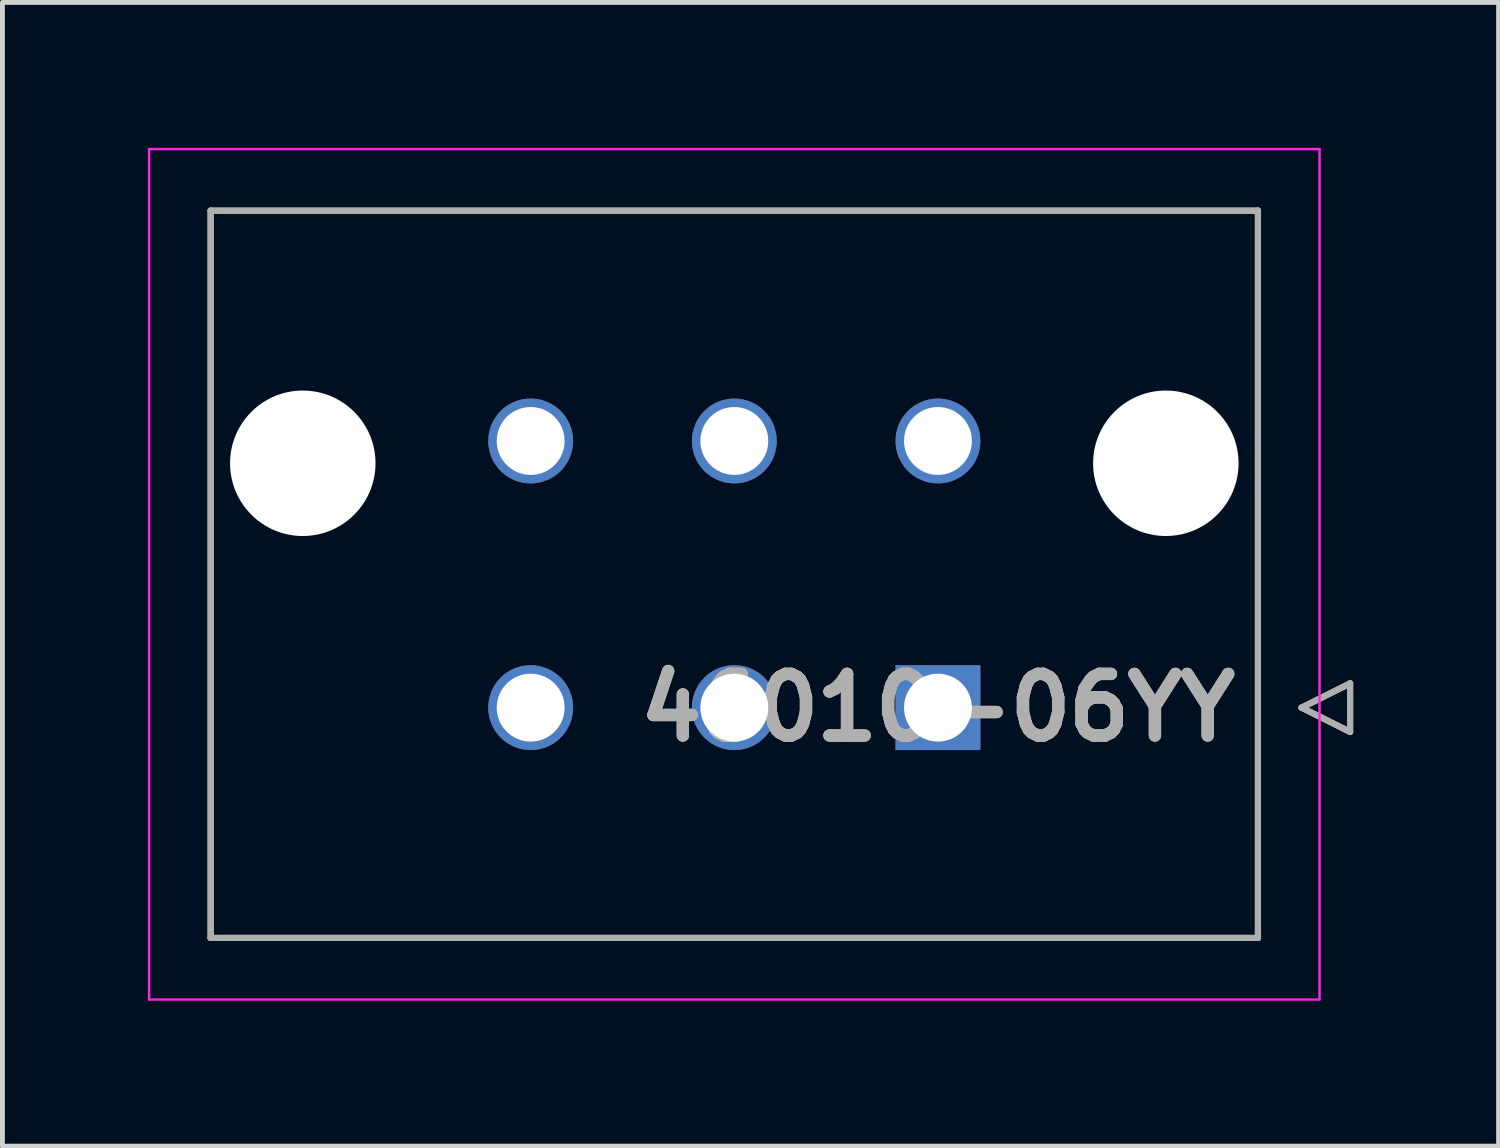
<source format=kicad_pcb>
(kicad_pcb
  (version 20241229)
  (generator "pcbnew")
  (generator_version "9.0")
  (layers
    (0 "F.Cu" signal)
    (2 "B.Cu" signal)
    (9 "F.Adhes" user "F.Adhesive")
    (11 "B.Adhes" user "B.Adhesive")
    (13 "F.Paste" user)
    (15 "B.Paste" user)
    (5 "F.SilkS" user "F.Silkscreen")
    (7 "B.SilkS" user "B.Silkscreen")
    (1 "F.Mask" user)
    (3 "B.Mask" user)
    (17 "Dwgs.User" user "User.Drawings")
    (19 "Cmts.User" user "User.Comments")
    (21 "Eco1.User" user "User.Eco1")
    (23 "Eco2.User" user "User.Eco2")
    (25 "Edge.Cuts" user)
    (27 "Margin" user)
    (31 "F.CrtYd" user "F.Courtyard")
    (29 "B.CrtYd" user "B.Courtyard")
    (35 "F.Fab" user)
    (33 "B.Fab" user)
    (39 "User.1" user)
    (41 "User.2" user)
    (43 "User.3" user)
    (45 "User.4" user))
  (footprint "46010-06YY"
    (layer "F.Cu")
    (at 16.295 11.545)
    (property "Reference" "46010-06YY" (at 0 0 0) (layer "F.SilkS") (effects (font (size 1.27 1.27) (thickness 0.254))))
    (attr through_hole)
    (fp_line (start -15 -10.25) (end 6.6 -10.25) (stroke (width 0.127) (type solid)) (layer "F.SilkS"))
    (fp_line (start -15 4.75) (end -15 -10.25) (stroke (width 0.127) (type solid)) (layer "F.SilkS"))
    (fp_line (start 6.6 -10.25) (end 6.6 4.75) (stroke (width 0.127) (type solid)) (layer "F.SilkS"))
    (fp_line (start 6.6 4.75) (end -15 4.75) (stroke (width 0.127) (type solid)) (layer "F.SilkS"))
    (fp_line (start 7.5 0) (end 8.5 -0.5) (stroke (width 0.127) (type solid)) (layer "F.SilkS"))
    (fp_line (start 8.5 -0.5) (end 8.5 0.5) (stroke (width 0.127) (type solid)) (layer "F.SilkS"))
    (fp_line (start 8.5 0.5) (end 7.5 0) (stroke (width 0.127) (type solid)) (layer "F.SilkS"))
    (fp_line (start -16.27 -11.52) (end 7.87 -11.52) (stroke (width 0.05) (type solid)) (layer "F.CrtYd"))
    (fp_line (start -16.27 6.02) (end -16.27 -11.52) (stroke (width 0.05) (type solid)) (layer "F.CrtYd"))
    (fp_line (start 7.87 -11.52) (end 7.87 6.02) (stroke (width 0.05) (type solid)) (layer "F.CrtYd"))
    (fp_line (start 7.87 6.02) (end -16.27 6.02) (stroke (width 0.05) (type solid)) (layer "F.CrtYd"))
    (fp_line (start -15 -10.25) (end 6.6 -10.25) (stroke (width 0.127) (type solid)) (layer "F.Fab"))
    (fp_line (start -15 4.75) (end -15 -10.25) (stroke (width 0.127) (type solid)) (layer "F.Fab"))
    (fp_line (start 6.6 -10.25) (end 6.6 4.75) (stroke (width 0.127) (type solid)) (layer "F.Fab"))
    (fp_line (start 6.6 4.75) (end -15 4.75) (stroke (width 0.127) (type solid)) (layer "F.Fab"))
    (fp_line (start 7.5 0) (end 8.5 -0.5) (stroke (width 0.127) (type solid)) (layer "F.Fab"))
    (fp_line (start 8.5 -0.5) (end 8.5 0.5) (stroke (width 0.127) (type solid)) (layer "F.Fab"))
    (fp_line (start 8.5 0.5) (end 7.5 0) (stroke (width 0.127) (type solid)) (layer "F.Fab"))
    (fp_text user "${REFERENCE}" (at 0 0 0) (layer "F.Fab") (effects (font (size 1.27 1.27) (thickness 0.254))))
    (pad "" np_thru_hole circle (at -13.1 -5.04) (size 3 3) (drill 3) (layers "*.Cu" "*.Mask"))
    (pad "" np_thru_hole circle (at 4.7 -5.04) (size 3 3) (drill 3) (layers "*.Cu" "*.Mask"))
    (pad "1" thru_hole rect (at 0 0) (size 1.75 1.75) (drill 1.4) (layers "*.Cu" "*.Mask"))
    (pad "2" thru_hole circle (at -4.2 0) (size 1.75 1.75) (drill 1.4) (layers "*.Cu" "*.Mask"))
    (pad "3" thru_hole circle (at -8.4 0) (size 1.75 1.75) (drill 1.4) (layers "*.Cu" "*.Mask"))
    (pad "4" thru_hole circle (at 0 -5.5) (size 1.75 1.75) (drill 1.4) (layers "*.Cu" "*.Mask"))
    (pad "5" thru_hole circle (at -4.2 -5.5) (size 1.75 1.75) (drill 1.4) (layers "*.Cu" "*.Mask"))
    (pad "6" thru_hole circle (at -8.4 -5.5) (size 1.75 1.75) (drill 1.4) (layers "*.Cu" "*.Mask")))
  (gr_rect
    (start -3 -3)
    (end 27.858 20.59)
    (stroke (width 0.1) (type default))
    (fill no)
    (layer "Edge.Cuts")))
</source>
